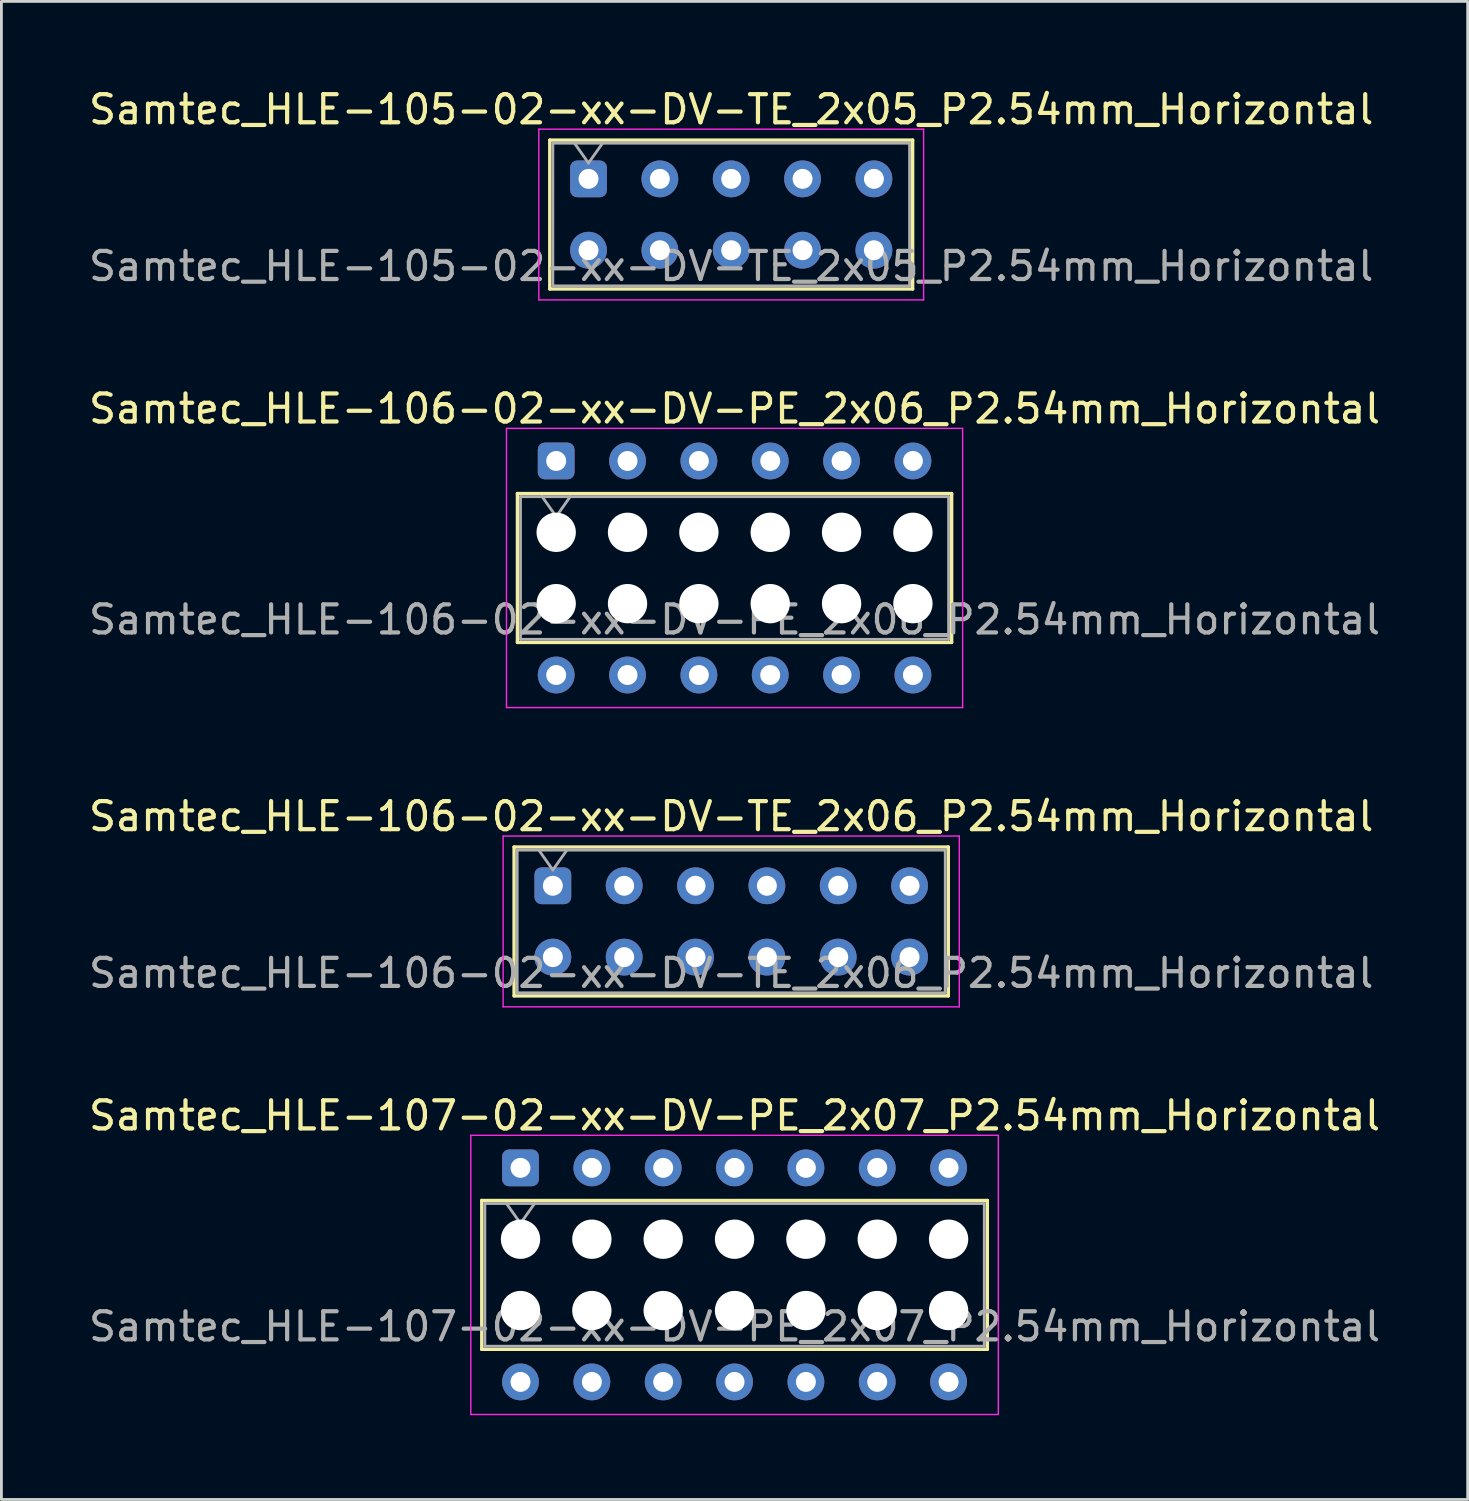
<source format=kicad_pcb>
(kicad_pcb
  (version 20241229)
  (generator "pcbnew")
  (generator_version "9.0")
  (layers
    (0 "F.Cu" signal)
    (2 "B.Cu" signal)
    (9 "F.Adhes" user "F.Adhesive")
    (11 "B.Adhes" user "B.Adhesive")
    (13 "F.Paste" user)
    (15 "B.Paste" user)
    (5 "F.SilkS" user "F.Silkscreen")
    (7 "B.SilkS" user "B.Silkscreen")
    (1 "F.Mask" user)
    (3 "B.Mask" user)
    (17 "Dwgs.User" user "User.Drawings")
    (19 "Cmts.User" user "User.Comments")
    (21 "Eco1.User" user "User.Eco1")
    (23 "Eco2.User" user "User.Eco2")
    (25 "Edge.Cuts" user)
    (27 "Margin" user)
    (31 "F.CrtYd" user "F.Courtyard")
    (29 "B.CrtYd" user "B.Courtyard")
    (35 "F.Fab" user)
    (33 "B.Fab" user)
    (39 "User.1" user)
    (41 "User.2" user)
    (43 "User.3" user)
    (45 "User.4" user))
  (footprint "Samtec_HLE-106-02-xx-DV-TE_2x06_P2.54mm_Horizontal"
    (layer "F.Cu")
    (at 16.632 28.485)
    (property "Reference" "Samtec_HLE-106-02-xx-DV-TE_2x06_P2.54mm_Horizontal" (at 6.35 -2.47 0) (layer "F.SilkS") (effects (font (size 1 1) (thickness 0.15))))
    (attr through_hole)
    (fp_line (start -1.38 -1.38) (end 14.08 -1.38) (stroke (width 0.12) (type solid)) (layer "F.SilkS"))
    (fp_line (start -1.38 3.92) (end -1.38 -1.38) (stroke (width 0.12) (type solid)) (layer "F.SilkS"))
    (fp_line (start 14.08 -1.38) (end 14.08 3.92) (stroke (width 0.12) (type solid)) (layer "F.SilkS"))
    (fp_line (start 14.08 3.92) (end -1.38 3.92) (stroke (width 0.12) (type solid)) (layer "F.SilkS"))
    (fp_line (start -1.77 -1.77) (end 14.47 -1.77) (stroke (width 0.05) (type solid)) (layer "F.CrtYd"))
    (fp_line (start -1.77 4.31) (end -1.77 -1.77) (stroke (width 0.05) (type solid)) (layer "F.CrtYd"))
    (fp_line (start 14.47 -1.77) (end 14.47 4.31) (stroke (width 0.05) (type solid)) (layer "F.CrtYd"))
    (fp_line (start 14.47 4.31) (end -1.77 4.31) (stroke (width 0.05) (type solid)) (layer "F.CrtYd"))
    (fp_line (start -1.27 -1.27) (end 13.97 -1.27) (stroke (width 0.1) (type solid)) (layer "F.Fab"))
    (fp_line (start -1.27 3.81) (end -1.27 -1.27) (stroke (width 0.1) (type solid)) (layer "F.Fab"))
    (fp_line (start -0.5 -1.27) (end 0 -0.563) (stroke (width 0.1) (type solid)) (layer "F.Fab"))
    (fp_line (start 0 -0.563) (end 0.5 -1.27) (stroke (width 0.1) (type solid)) (layer "F.Fab"))
    (fp_line (start 13.97 -1.27) (end 13.97 3.81) (stroke (width 0.1) (type solid)) (layer "F.Fab"))
    (fp_line (start 13.97 3.81) (end -1.27 3.81) (stroke (width 0.1) (type solid)) (layer "F.Fab"))
    (fp_text user "${REFERENCE}" (at 6.35 3.11 0) (layer "F.Fab") (effects (font (size 1 1) (thickness 0.15))))
    (pad "1" thru_hole roundrect (at 0 0) (size 1.31 1.31) (drill 0.71) (layers "*.Cu" "*.Mask") (roundrect_rratio 0.191))
    (pad "2" thru_hole circle (at 0 2.54) (size 1.31 1.31) (drill 0.71) (layers "*.Cu" "*.Mask"))
    (pad "3" thru_hole circle (at 2.54 0) (size 1.31 1.31) (drill 0.71) (layers "*.Cu" "*.Mask"))
    (pad "4" thru_hole circle (at 2.54 2.54) (size 1.31 1.31) (drill 0.71) (layers "*.Cu" "*.Mask"))
    (pad "5" thru_hole circle (at 5.08 0) (size 1.31 1.31) (drill 0.71) (layers "*.Cu" "*.Mask"))
    (pad "6" thru_hole circle (at 5.08 2.54) (size 1.31 1.31) (drill 0.71) (layers "*.Cu" "*.Mask"))
    (pad "7" thru_hole circle (at 7.62 0) (size 1.31 1.31) (drill 0.71) (layers "*.Cu" "*.Mask"))
    (pad "8" thru_hole circle (at 7.62 2.54) (size 1.31 1.31) (drill 0.71) (layers "*.Cu" "*.Mask"))
    (pad "9" thru_hole circle (at 10.16 0) (size 1.31 1.31) (drill 0.71) (layers "*.Cu" "*.Mask"))
    (pad "10" thru_hole circle (at 10.16 2.54) (size 1.31 1.31) (drill 0.71) (layers "*.Cu" "*.Mask"))
    (pad "11" thru_hole circle (at 12.7 0) (size 1.31 1.31) (drill 0.71) (layers "*.Cu" "*.Mask"))
    (pad "12" thru_hole circle (at 12.7 2.54) (size 1.31 1.31) (drill 0.71) (layers "*.Cu" "*.Mask")))
  (footprint "Samtec_HLE-106-02-xx-DV-PE_2x06_P2.54mm_Horizontal"
    (layer "F.Cu")
    (at 16.751 13.361)
    (property "Reference" "Samtec_HLE-106-02-xx-DV-PE_2x06_P2.54mm_Horizontal" (at 6.35 -1.86 0) (layer "F.SilkS") (effects (font (size 1 1) (thickness 0.15))))
    (attr through_hole)
    (fp_line (start -1.38 1.16) (end 14.08 1.16) (stroke (width 0.12) (type solid)) (layer "F.SilkS"))
    (fp_line (start -1.38 6.46) (end -1.38 1.16) (stroke (width 0.12) (type solid)) (layer "F.SilkS"))
    (fp_line (start 14.08 1.16) (end 14.08 6.46) (stroke (width 0.12) (type solid)) (layer "F.SilkS"))
    (fp_line (start 14.08 6.46) (end -1.38 6.46) (stroke (width 0.12) (type solid)) (layer "F.SilkS"))
    (fp_line (start -1.77 -1.16) (end 14.47 -1.16) (stroke (width 0.05) (type solid)) (layer "F.CrtYd"))
    (fp_line (start -1.77 8.78) (end -1.77 -1.16) (stroke (width 0.05) (type solid)) (layer "F.CrtYd"))
    (fp_line (start 14.47 -1.16) (end 14.47 8.78) (stroke (width 0.05) (type solid)) (layer "F.CrtYd"))
    (fp_line (start 14.47 8.78) (end -1.77 8.78) (stroke (width 0.05) (type solid)) (layer "F.CrtYd"))
    (fp_line (start -1.27 1.27) (end 13.97 1.27) (stroke (width 0.1) (type solid)) (layer "F.Fab"))
    (fp_line (start -1.27 6.35) (end -1.27 1.27) (stroke (width 0.1) (type solid)) (layer "F.Fab"))
    (fp_line (start -0.5 1.27) (end 0 1.977) (stroke (width 0.1) (type solid)) (layer "F.Fab"))
    (fp_line (start 0 1.977) (end 0.5 1.27) (stroke (width 0.1) (type solid)) (layer "F.Fab"))
    (fp_line (start 13.97 1.27) (end 13.97 6.35) (stroke (width 0.1) (type solid)) (layer "F.Fab"))
    (fp_line (start 13.97 6.35) (end -1.27 6.35) (stroke (width 0.1) (type solid)) (layer "F.Fab"))
    (fp_text user "${REFERENCE}" (at 6.35 5.65 0) (layer "F.Fab") (effects (font (size 1 1) (thickness 0.15))))
    (pad "" np_thru_hole circle (at 0 2.54) (size 1.4 1.4) (drill 1.4) (layers "*.Cu" "*.Mask"))
    (pad "" np_thru_hole circle (at 0 5.08) (size 1.4 1.4) (drill 1.4) (layers "*.Cu" "*.Mask"))
    (pad "" np_thru_hole circle (at 2.54 2.54) (size 1.4 1.4) (drill 1.4) (layers "*.Cu" "*.Mask"))
    (pad "" np_thru_hole circle (at 2.54 5.08) (size 1.4 1.4) (drill 1.4) (layers "*.Cu" "*.Mask"))
    (pad "" np_thru_hole circle (at 5.08 2.54) (size 1.4 1.4) (drill 1.4) (layers "*.Cu" "*.Mask"))
    (pad "" np_thru_hole circle (at 5.08 5.08) (size 1.4 1.4) (drill 1.4) (layers "*.Cu" "*.Mask"))
    (pad "" np_thru_hole circle (at 7.62 2.54) (size 1.4 1.4) (drill 1.4) (layers "*.Cu" "*.Mask"))
    (pad "" np_thru_hole circle (at 7.62 5.08) (size 1.4 1.4) (drill 1.4) (layers "*.Cu" "*.Mask"))
    (pad "" np_thru_hole circle (at 10.16 2.54) (size 1.4 1.4) (drill 1.4) (layers "*.Cu" "*.Mask"))
    (pad "" np_thru_hole circle (at 10.16 5.08) (size 1.4 1.4) (drill 1.4) (layers "*.Cu" "*.Mask"))
    (pad "" np_thru_hole circle (at 12.7 2.54) (size 1.4 1.4) (drill 1.4) (layers "*.Cu" "*.Mask"))
    (pad "" np_thru_hole circle (at 12.7 5.08) (size 1.4 1.4) (drill 1.4) (layers "*.Cu" "*.Mask"))
    (pad "1" thru_hole roundrect (at 0 0) (size 1.31 1.31) (drill 0.71) (layers "*.Cu" "*.Mask") (roundrect_rratio 0.191))
    (pad "2" thru_hole circle (at 0 7.62) (size 1.31 1.31) (drill 0.71) (layers "*.Cu" "*.Mask"))
    (pad "3" thru_hole circle (at 2.54 0) (size 1.31 1.31) (drill 0.71) (layers "*.Cu" "*.Mask"))
    (pad "4" thru_hole circle (at 2.54 7.62) (size 1.31 1.31) (drill 0.71) (layers "*.Cu" "*.Mask"))
    (pad "5" thru_hole circle (at 5.08 0) (size 1.31 1.31) (drill 0.71) (layers "*.Cu" "*.Mask"))
    (pad "6" thru_hole circle (at 5.08 7.62) (size 1.31 1.31) (drill 0.71) (layers "*.Cu" "*.Mask"))
    (pad "7" thru_hole circle (at 7.62 0) (size 1.31 1.31) (drill 0.71) (layers "*.Cu" "*.Mask"))
    (pad "8" thru_hole circle (at 7.62 7.62) (size 1.31 1.31) (drill 0.71) (layers "*.Cu" "*.Mask"))
    (pad "9" thru_hole circle (at 10.16 0) (size 1.31 1.31) (drill 0.71) (layers "*.Cu" "*.Mask"))
    (pad "10" thru_hole circle (at 10.16 7.62) (size 1.31 1.31) (drill 0.71) (layers "*.Cu" "*.Mask"))
    (pad "11" thru_hole circle (at 12.7 0) (size 1.31 1.31) (drill 0.71) (layers "*.Cu" "*.Mask"))
    (pad "12" thru_hole circle (at 12.7 7.62) (size 1.31 1.31) (drill 0.71) (layers "*.Cu" "*.Mask")))
  (footprint "Samtec_HLE-105-02-xx-DV-TE_2x05_P2.54mm_Horizontal"
    (layer "F.Cu")
    (at 17.902 3.318)
    (property "Reference" "Samtec_HLE-105-02-xx-DV-TE_2x05_P2.54mm_Horizontal" (at 5.08 -2.47 0) (layer "F.SilkS") (effects (font (size 1 1) (thickness 0.15))))
    (attr through_hole)
    (fp_line (start -1.38 -1.38) (end 11.54 -1.38) (stroke (width 0.12) (type solid)) (layer "F.SilkS"))
    (fp_line (start -1.38 3.92) (end -1.38 -1.38) (stroke (width 0.12) (type solid)) (layer "F.SilkS"))
    (fp_line (start 11.54 -1.38) (end 11.54 3.92) (stroke (width 0.12) (type solid)) (layer "F.SilkS"))
    (fp_line (start 11.54 3.92) (end -1.38 3.92) (stroke (width 0.12) (type solid)) (layer "F.SilkS"))
    (fp_line (start -1.77 -1.77) (end 11.93 -1.77) (stroke (width 0.05) (type solid)) (layer "F.CrtYd"))
    (fp_line (start -1.77 4.31) (end -1.77 -1.77) (stroke (width 0.05) (type solid)) (layer "F.CrtYd"))
    (fp_line (start 11.93 -1.77) (end 11.93 4.31) (stroke (width 0.05) (type solid)) (layer "F.CrtYd"))
    (fp_line (start 11.93 4.31) (end -1.77 4.31) (stroke (width 0.05) (type solid)) (layer "F.CrtYd"))
    (fp_line (start -1.27 -1.27) (end 11.43 -1.27) (stroke (width 0.1) (type solid)) (layer "F.Fab"))
    (fp_line (start -1.27 3.81) (end -1.27 -1.27) (stroke (width 0.1) (type solid)) (layer "F.Fab"))
    (fp_line (start -0.5 -1.27) (end 0 -0.563) (stroke (width 0.1) (type solid)) (layer "F.Fab"))
    (fp_line (start 0 -0.563) (end 0.5 -1.27) (stroke (width 0.1) (type solid)) (layer "F.Fab"))
    (fp_line (start 11.43 -1.27) (end 11.43 3.81) (stroke (width 0.1) (type solid)) (layer "F.Fab"))
    (fp_line (start 11.43 3.81) (end -1.27 3.81) (stroke (width 0.1) (type solid)) (layer "F.Fab"))
    (fp_text user "${REFERENCE}" (at 5.08 3.11 0) (layer "F.Fab") (effects (font (size 1 1) (thickness 0.15))))
    (pad "1" thru_hole roundrect (at 0 0) (size 1.31 1.31) (drill 0.71) (layers "*.Cu" "*.Mask") (roundrect_rratio 0.191))
    (pad "2" thru_hole circle (at 0 2.54) (size 1.31 1.31) (drill 0.71) (layers "*.Cu" "*.Mask"))
    (pad "3" thru_hole circle (at 2.54 0) (size 1.31 1.31) (drill 0.71) (layers "*.Cu" "*.Mask"))
    (pad "4" thru_hole circle (at 2.54 2.54) (size 1.31 1.31) (drill 0.71) (layers "*.Cu" "*.Mask"))
    (pad "5" thru_hole circle (at 5.08 0) (size 1.31 1.31) (drill 0.71) (layers "*.Cu" "*.Mask"))
    (pad "6" thru_hole circle (at 5.08 2.54) (size 1.31 1.31) (drill 0.71) (layers "*.Cu" "*.Mask"))
    (pad "7" thru_hole circle (at 7.62 0) (size 1.31 1.31) (drill 0.71) (layers "*.Cu" "*.Mask"))
    (pad "8" thru_hole circle (at 7.62 2.54) (size 1.31 1.31) (drill 0.71) (layers "*.Cu" "*.Mask"))
    (pad "9" thru_hole circle (at 10.16 0) (size 1.31 1.31) (drill 0.71) (layers "*.Cu" "*.Mask"))
    (pad "10" thru_hole circle (at 10.16 2.54) (size 1.31 1.31) (drill 0.71) (layers "*.Cu" "*.Mask")))
  (footprint "Samtec_HLE-107-02-xx-DV-PE_2x07_P2.54mm_Horizontal"
    (layer "F.Cu")
    (at 15.481 38.528)
    (property "Reference" "Samtec_HLE-107-02-xx-DV-PE_2x07_P2.54mm_Horizontal" (at 7.62 -1.86 0) (layer "F.SilkS") (effects (font (size 1 1) (thickness 0.15))))
    (attr through_hole)
    (fp_line (start -1.38 1.16) (end 16.62 1.16) (stroke (width 0.12) (type solid)) (layer "F.SilkS"))
    (fp_line (start -1.38 6.46) (end -1.38 1.16) (stroke (width 0.12) (type solid)) (layer "F.SilkS"))
    (fp_line (start 16.62 1.16) (end 16.62 6.46) (stroke (width 0.12) (type solid)) (layer "F.SilkS"))
    (fp_line (start 16.62 6.46) (end -1.38 6.46) (stroke (width 0.12) (type solid)) (layer "F.SilkS"))
    (fp_line (start -1.77 -1.16) (end 17.01 -1.16) (stroke (width 0.05) (type solid)) (layer "F.CrtYd"))
    (fp_line (start -1.77 8.78) (end -1.77 -1.16) (stroke (width 0.05) (type solid)) (layer "F.CrtYd"))
    (fp_line (start 17.01 -1.16) (end 17.01 8.78) (stroke (width 0.05) (type solid)) (layer "F.CrtYd"))
    (fp_line (start 17.01 8.78) (end -1.77 8.78) (stroke (width 0.05) (type solid)) (layer "F.CrtYd"))
    (fp_line (start -1.27 1.27) (end 16.51 1.27) (stroke (width 0.1) (type solid)) (layer "F.Fab"))
    (fp_line (start -1.27 6.35) (end -1.27 1.27) (stroke (width 0.1) (type solid)) (layer "F.Fab"))
    (fp_line (start -0.5 1.27) (end 0 1.977) (stroke (width 0.1) (type solid)) (layer "F.Fab"))
    (fp_line (start 0 1.977) (end 0.5 1.27) (stroke (width 0.1) (type solid)) (layer "F.Fab"))
    (fp_line (start 16.51 1.27) (end 16.51 6.35) (stroke (width 0.1) (type solid)) (layer "F.Fab"))
    (fp_line (start 16.51 6.35) (end -1.27 6.35) (stroke (width 0.1) (type solid)) (layer "F.Fab"))
    (fp_text user "${REFERENCE}" (at 7.62 5.65 0) (layer "F.Fab") (effects (font (size 1 1) (thickness 0.15))))
    (pad "" np_thru_hole circle (at 0 2.54) (size 1.4 1.4) (drill 1.4) (layers "*.Cu" "*.Mask"))
    (pad "" np_thru_hole circle (at 0 5.08) (size 1.4 1.4) (drill 1.4) (layers "*.Cu" "*.Mask"))
    (pad "" np_thru_hole circle (at 2.54 2.54) (size 1.4 1.4) (drill 1.4) (layers "*.Cu" "*.Mask"))
    (pad "" np_thru_hole circle (at 2.54 5.08) (size 1.4 1.4) (drill 1.4) (layers "*.Cu" "*.Mask"))
    (pad "" np_thru_hole circle (at 5.08 2.54) (size 1.4 1.4) (drill 1.4) (layers "*.Cu" "*.Mask"))
    (pad "" np_thru_hole circle (at 5.08 5.08) (size 1.4 1.4) (drill 1.4) (layers "*.Cu" "*.Mask"))
    (pad "" np_thru_hole circle (at 7.62 2.54) (size 1.4 1.4) (drill 1.4) (layers "*.Cu" "*.Mask"))
    (pad "" np_thru_hole circle (at 7.62 5.08) (size 1.4 1.4) (drill 1.4) (layers "*.Cu" "*.Mask"))
    (pad "" np_thru_hole circle (at 10.16 2.54) (size 1.4 1.4) (drill 1.4) (layers "*.Cu" "*.Mask"))
    (pad "" np_thru_hole circle (at 10.16 5.08) (size 1.4 1.4) (drill 1.4) (layers "*.Cu" "*.Mask"))
    (pad "" np_thru_hole circle (at 12.7 2.54) (size 1.4 1.4) (drill 1.4) (layers "*.Cu" "*.Mask"))
    (pad "" np_thru_hole circle (at 12.7 5.08) (size 1.4 1.4) (drill 1.4) (layers "*.Cu" "*.Mask"))
    (pad "" np_thru_hole circle (at 15.24 2.54) (size 1.4 1.4) (drill 1.4) (layers "*.Cu" "*.Mask"))
    (pad "" np_thru_hole circle (at 15.24 5.08) (size 1.4 1.4) (drill 1.4) (layers "*.Cu" "*.Mask"))
    (pad "1" thru_hole roundrect (at 0 0) (size 1.31 1.31) (drill 0.71) (layers "*.Cu" "*.Mask") (roundrect_rratio 0.191))
    (pad "2" thru_hole circle (at 0 7.62) (size 1.31 1.31) (drill 0.71) (layers "*.Cu" "*.Mask"))
    (pad "3" thru_hole circle (at 2.54 0) (size 1.31 1.31) (drill 0.71) (layers "*.Cu" "*.Mask"))
    (pad "4" thru_hole circle (at 2.54 7.62) (size 1.31 1.31) (drill 0.71) (layers "*.Cu" "*.Mask"))
    (pad "5" thru_hole circle (at 5.08 0) (size 1.31 1.31) (drill 0.71) (layers "*.Cu" "*.Mask"))
    (pad "6" thru_hole circle (at 5.08 7.62) (size 1.31 1.31) (drill 0.71) (layers "*.Cu" "*.Mask"))
    (pad "7" thru_hole circle (at 7.62 0) (size 1.31 1.31) (drill 0.71) (layers "*.Cu" "*.Mask"))
    (pad "8" thru_hole circle (at 7.62 7.62) (size 1.31 1.31) (drill 0.71) (layers "*.Cu" "*.Mask"))
    (pad "9" thru_hole circle (at 10.16 0) (size 1.31 1.31) (drill 0.71) (layers "*.Cu" "*.Mask"))
    (pad "10" thru_hole circle (at 10.16 7.62) (size 1.31 1.31) (drill 0.71) (layers "*.Cu" "*.Mask"))
    (pad "11" thru_hole circle (at 12.7 0) (size 1.31 1.31) (drill 0.71) (layers "*.Cu" "*.Mask"))
    (pad "12" thru_hole circle (at 12.7 7.62) (size 1.31 1.31) (drill 0.71) (layers "*.Cu" "*.Mask"))
    (pad "13" thru_hole circle (at 15.24 0) (size 1.31 1.31) (drill 0.71) (layers "*.Cu" "*.Mask"))
    (pad "14" thru_hole circle (at 15.24 7.62) (size 1.31 1.31) (drill 0.71) (layers "*.Cu" "*.Mask")))
  (gr_rect
    (start -3 -3)
    (end 49.202 50.333)
    (stroke (width 0.1) (type default))
    (fill no)
    (layer "Edge.Cuts")))
</source>
